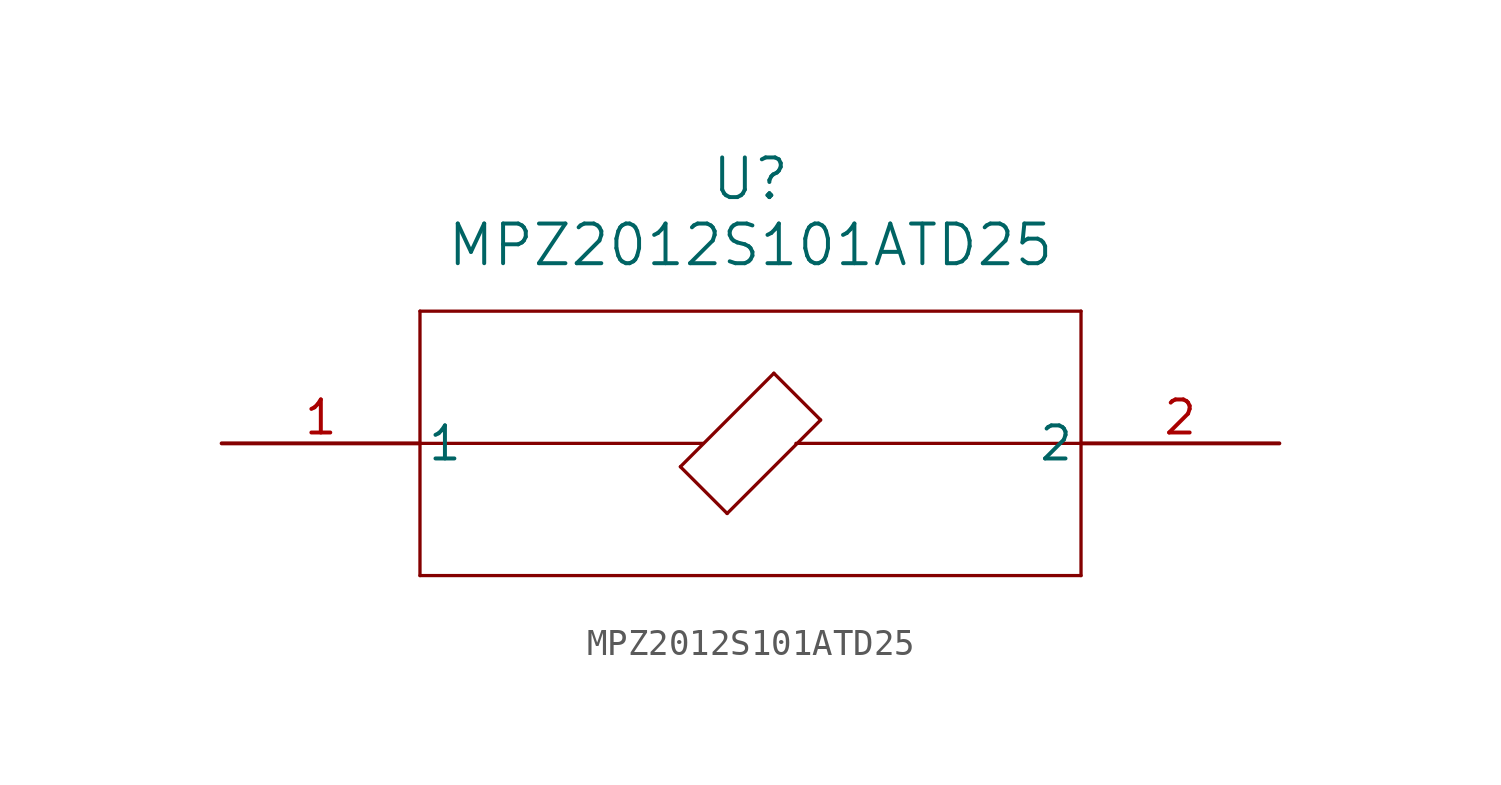
<source format=kicad_sym>
(kicad_symbol_lib
  (version 20211014)
  (generator kicad_symbol_editor)
  (symbol "MPZ2012S101ATD25"
    (pin_names
      (offset 0.254))
    (property "Reference" "U"
      (at 20.32 10.16 0)
      (effects (font (size 1.524 1.524))))
    (property "Value" "MPZ2012S101ATD25"
      (at 20.32 7.62 0)
      (effects (font (size 1.524 1.524))))
    (symbol "MPZ2012S101ATD25_0_1"
      (polyline (pts (xy 7.62 5.08) (xy 7.62 -5.08)) (stroke (width 0.127) (type default) (color 0 0 0 0)) (fill (type none)))
      (polyline (pts (xy 7.62 -5.08) (xy 33.02 -5.08)) (stroke (width 0.127) (type default) (color 0 0 0 0)) (fill (type none)))
      (polyline (pts (xy 33.02 -5.08) (xy 33.02 5.08)) (stroke (width 0.127) (type default) (color 0 0 0 0)) (fill (type none)))
      (polyline (pts (xy 33.02 5.08) (xy 7.62 5.08)) (stroke (width 0.127) (type default) (color 0 0 0 0)) (fill (type none)))
      (polyline (pts (xy 19.422 -2.694) (xy 17.626 -0.898)) (stroke (width 0.127) (type default) (color 0 0 0 0)) (fill (type none)))
      (polyline (pts (xy 23.014 0.898) (xy 21.218 2.694)) (stroke (width 0.127) (type default) (color 0 0 0 0)) (fill (type none)))
      (polyline (pts (xy 21.218 2.694) (xy 17.626 -0.898)) (stroke (width 0.127) (type default) (color 0 0 0 0)) (fill (type none)))
      (polyline (pts (xy 23.014 0.898) (xy 19.422 -2.694)) (stroke (width 0.127) (type default) (color 0 0 0 0)) (fill (type none)))
      (polyline (pts (xy 7.62 0) (xy 18.494 0)) (stroke (width 0.127) (type default) (color 0 0 0 0)) (fill (type none)))
      (polyline (pts (xy 22.066 0) (xy 33.02 0)) (stroke (width 0.127) (type default) (color 0 0 0 0)) (fill (type none)))
      (pin unspecified line (at 0 0 0) (length 7.62) (name "1" (effects (font (size 1.27 1.27)))) (number "1" (effects (font (size 1.27 1.27)))))
      (pin unspecified line (at 40.64 0 180) (length 7.62) (name "2" (effects (font (size 1.27 1.27)))) (number "2" (effects (font (size 1.27 1.27))))))))
</source>
